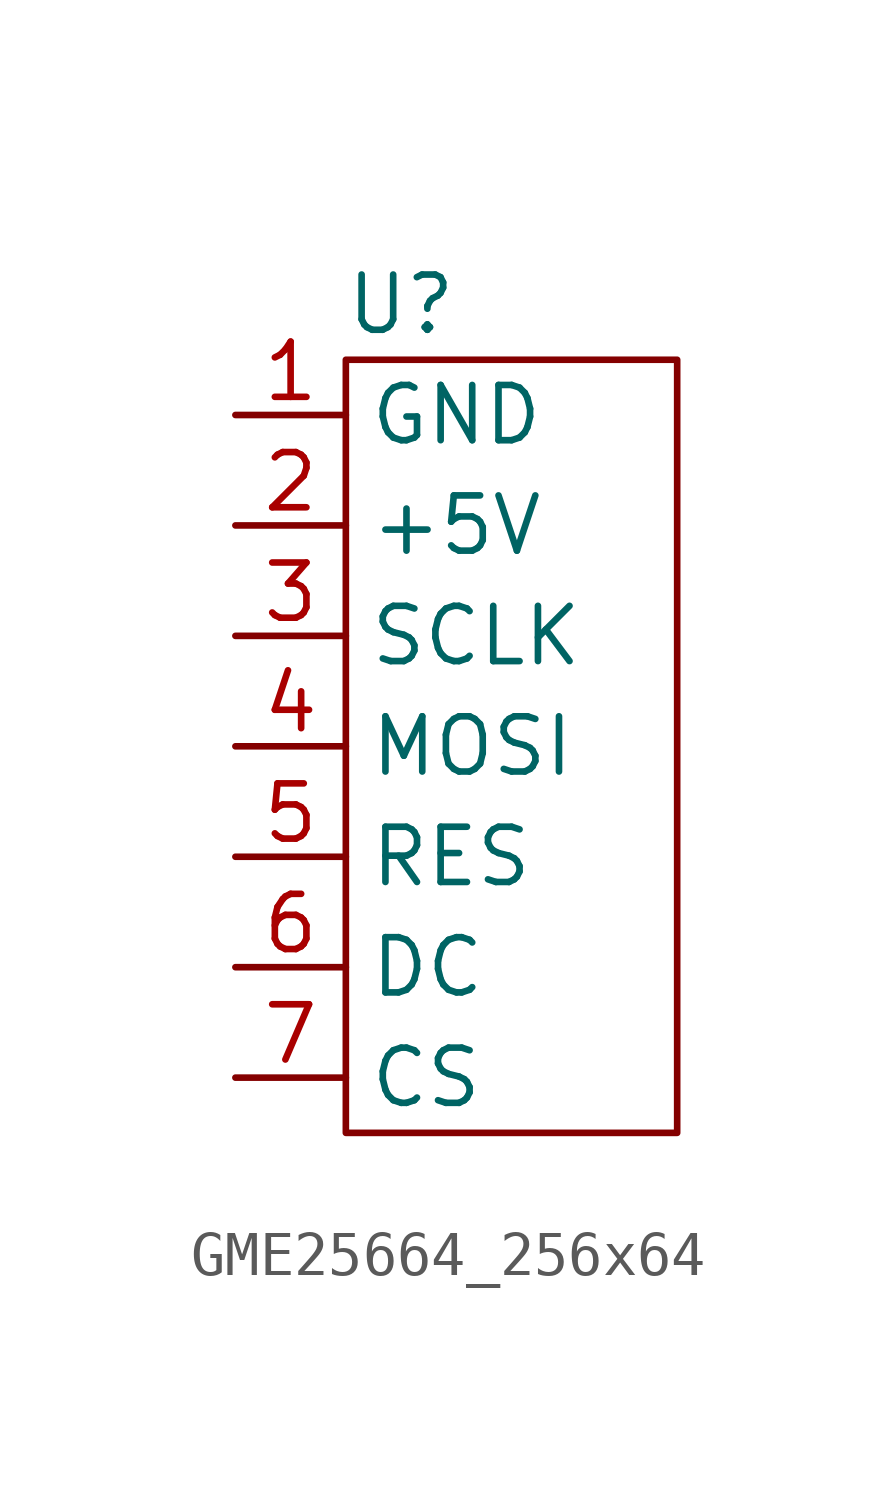
<source format=kicad_sym>
(kicad_symbol_lib
  (version 20231120)
  (generator "kicad_symbol_editor")
  (generator_version "8.0")
  (symbol "GME25664_256x64"
    (property "Reference" "U"
      (at 0 0 0)
      (effects (font (size 1.27 1.27))))
    (property "Value" ""
      (at 0 0 0)
      (effects (font (size 1.27 1.27))))
    (symbol "GME25664_256x64_0_1"
      (rectangle (start -1.27 -1.27) (end 6.35 -19.05) (stroke (width 0) (type default)) (fill (type none))))
    (symbol "GME25664_256x64_1_1"
      (pin input line (at -3.81 -2.54 0) (length 2.54) (name "GND" (effects (font (size 1.27 1.27)))) (number "1" (effects (font (size 1.27 1.27)))))
      (pin input line (at -3.81 -5.08 0) (length 2.54) (name "+5V" (effects (font (size 1.27 1.27)))) (number "2" (effects (font (size 1.27 1.27)))))
      (pin input line (at -3.81 -7.62 0) (length 2.54) (name "SCLK" (effects (font (size 1.27 1.27)))) (number "3" (effects (font (size 1.27 1.27)))))
      (pin input line (at -3.81 -10.16 0) (length 2.54) (name "MOSI" (effects (font (size 1.27 1.27)))) (number "4" (effects (font (size 1.27 1.27)))))
      (pin input line (at -3.81 -12.7 0) (length 2.54) (name "RES" (effects (font (size 1.27 1.27)))) (number "5" (effects (font (size 1.27 1.27)))))
      (pin input line (at -3.81 -15.24 0) (length 2.54) (name "DC" (effects (font (size 1.27 1.27)))) (number "6" (effects (font (size 1.27 1.27)))))
      (pin input line (at -3.81 -17.78 0) (length 2.54) (name "CS" (effects (font (size 1.27 1.27)))) (number "7" (effects (font (size 1.27 1.27))))))))
</source>
